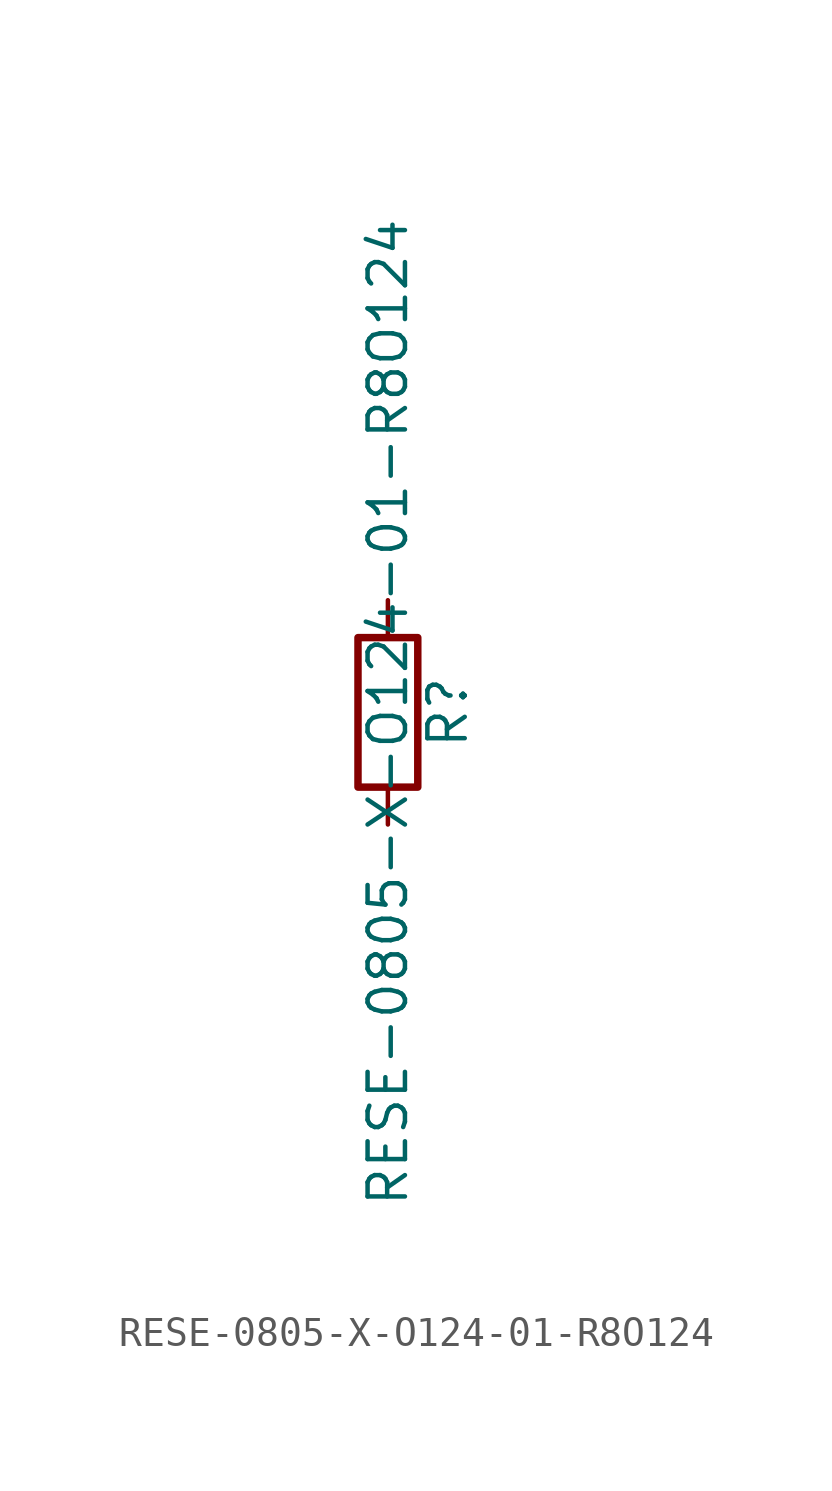
<source format=kicad_sym>
(kicad_symbol_lib
  (version 20211014)
  (generator kicad_symbol_editor)
  (symbol "RESE-0805-X-O124-01-R8O124"
    (pin_numbers hide)
    (pin_names
      (offset 0))
    (property "Reference" "R"
      (at 2.032 0 90)
      (effects (font (size 1.27 1.27))))
    (property "Value" "RESE-0805-X-O124-01-R8O124"
      (at 0 0 90)
      (effects (font (size 1.27 1.27))))
    (symbol "RESE-0805-X-O124-01-R8O124_0_1"
      (rectangle (start -1.016 -2.54) (end 1.016 2.54) (stroke (width 0.254) (type default) (color 0 0 0 0)) (fill (type none))))
    (symbol "RESE-0805-X-O124-01-R8O124_1_1"
      (pin passive line (at 0 3.81 270) (length 1.27) (name "~" (effects (font (size 1.27 1.27)))) (number "1" (effects (font (size 1.27 1.27)))))
      (pin passive line (at 0 -3.81 90) (length 1.27) (name "~" (effects (font (size 1.27 1.27)))) (number "2" (effects (font (size 1.27 1.27))))))))
</source>
